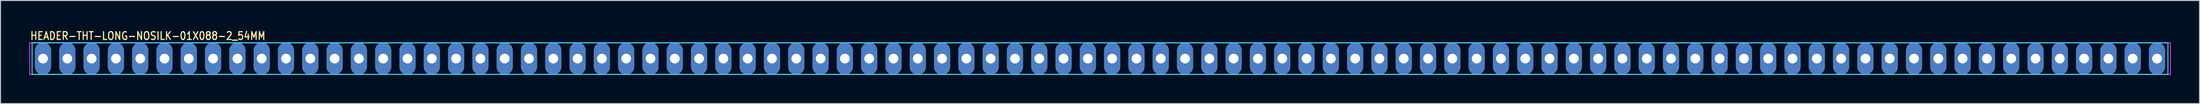
<source format=kicad_pcb>
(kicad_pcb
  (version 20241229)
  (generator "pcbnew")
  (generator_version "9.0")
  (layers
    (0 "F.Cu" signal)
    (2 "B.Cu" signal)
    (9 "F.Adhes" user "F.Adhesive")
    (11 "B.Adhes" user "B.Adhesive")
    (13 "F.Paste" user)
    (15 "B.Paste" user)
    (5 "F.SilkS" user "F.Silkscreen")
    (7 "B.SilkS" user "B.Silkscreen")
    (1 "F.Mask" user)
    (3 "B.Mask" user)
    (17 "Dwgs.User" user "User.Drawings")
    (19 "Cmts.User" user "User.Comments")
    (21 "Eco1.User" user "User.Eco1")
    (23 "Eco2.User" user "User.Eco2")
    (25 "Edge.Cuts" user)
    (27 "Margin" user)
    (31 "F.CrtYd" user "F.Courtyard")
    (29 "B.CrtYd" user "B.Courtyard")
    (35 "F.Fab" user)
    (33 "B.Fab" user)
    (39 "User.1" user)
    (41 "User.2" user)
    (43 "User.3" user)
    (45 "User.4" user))
  (footprint "HEADER-THT-LONG-NOSILK-01X088-2_54MM"
    (layer "F.Cu")
    (at 1.447 3.079)
    (property "Reference" "HEADER-THT-LONG-NOSILK-01X088-2_54MM" (at -1.4 -1.9 0) (unlocked yes) (layer "F.SilkS") (effects (font (size 0.813 0.695) (thickness 0.122)) (justify left bottom)))
    (fp_poly (pts (xy -1.143 -1.651) (xy 222.123 -1.651) (xy 222.123 1.651) (xy -1.143 1.651)) (stroke (width 0.1) (type solid)) (fill no) (layer "B.CrtYd"))
    (fp_poly (pts (xy -1.397 -1.651) (xy 222.377 -1.651) (xy 222.377 1.651) (xy -1.397 1.651)) (stroke (width 0.1) (type solid)) (fill no) (layer "F.CrtYd"))
    (pad "1" thru_hole oval (at 0 0 90) (size 3.387 1.693) (drill 1.016) (layers "*.Cu" "*.Mask"))
    (pad "2" thru_hole oval (at 2.54 0 90) (size 3.387 1.693) (drill 1.016) (layers "*.Cu" "*.Mask"))
    (pad "3" thru_hole oval (at 5.08 0 90) (size 3.387 1.693) (drill 1.016) (layers "*.Cu" "*.Mask"))
    (pad "4" thru_hole oval (at 7.62 0 90) (size 3.387 1.693) (drill 1.016) (layers "*.Cu" "*.Mask"))
    (pad "5" thru_hole oval (at 10.16 0 90) (size 3.387 1.693) (drill 1.016) (layers "*.Cu" "*.Mask"))
    (pad "6" thru_hole oval (at 12.7 0 90) (size 3.387 1.693) (drill 1.016) (layers "*.Cu" "*.Mask"))
    (pad "7" thru_hole oval (at 15.24 0 90) (size 3.387 1.693) (drill 1.016) (layers "*.Cu" "*.Mask"))
    (pad "8" thru_hole oval (at 17.78 0 90) (size 3.387 1.693) (drill 1.016) (layers "*.Cu" "*.Mask"))
    (pad "9" thru_hole oval (at 20.32 0 90) (size 3.387 1.693) (drill 1.016) (layers "*.Cu" "*.Mask"))
    (pad "10" thru_hole oval (at 22.86 0 90) (size 3.387 1.693) (drill 1.016) (layers "*.Cu" "*.Mask"))
    (pad "11" thru_hole oval (at 25.4 0 90) (size 3.387 1.693) (drill 1.016) (layers "*.Cu" "*.Mask"))
    (pad "12" thru_hole oval (at 27.94 0 90) (size 3.387 1.693) (drill 1.016) (layers "*.Cu" "*.Mask"))
    (pad "13" thru_hole oval (at 30.48 0 90) (size 3.387 1.693) (drill 1.016) (layers "*.Cu" "*.Mask"))
    (pad "14" thru_hole oval (at 33.02 0 90) (size 3.387 1.693) (drill 1.016) (layers "*.Cu" "*.Mask"))
    (pad "15" thru_hole oval (at 35.56 0 90) (size 3.387 1.693) (drill 1.016) (layers "*.Cu" "*.Mask"))
    (pad "16" thru_hole oval (at 38.1 0 90) (size 3.387 1.693) (drill 1.016) (layers "*.Cu" "*.Mask"))
    (pad "17" thru_hole oval (at 40.64 0 90) (size 3.387 1.693) (drill 1.016) (layers "*.Cu" "*.Mask"))
    (pad "18" thru_hole oval (at 43.18 0 90) (size 3.387 1.693) (drill 1.016) (layers "*.Cu" "*.Mask"))
    (pad "19" thru_hole oval (at 45.72 0 90) (size 3.387 1.693) (drill 1.016) (layers "*.Cu" "*.Mask"))
    (pad "20" thru_hole oval (at 48.26 0 90) (size 3.387 1.693) (drill 1.016) (layers "*.Cu" "*.Mask"))
    (pad "21" thru_hole oval (at 50.8 0 90) (size 3.387 1.693) (drill 1.016) (layers "*.Cu" "*.Mask"))
    (pad "22" thru_hole oval (at 53.34 0 90) (size 3.387 1.693) (drill 1.016) (layers "*.Cu" "*.Mask"))
    (pad "23" thru_hole oval (at 55.88 0 90) (size 3.387 1.693) (drill 1.016) (layers "*.Cu" "*.Mask"))
    (pad "24" thru_hole oval (at 58.42 0 90) (size 3.387 1.693) (drill 1.016) (layers "*.Cu" "*.Mask"))
    (pad "25" thru_hole oval (at 60.96 0 90) (size 3.387 1.693) (drill 1.016) (layers "*.Cu" "*.Mask"))
    (pad "26" thru_hole oval (at 63.5 0 90) (size 3.387 1.693) (drill 1.016) (layers "*.Cu" "*.Mask"))
    (pad "27" thru_hole oval (at 66.04 0 90) (size 3.387 1.693) (drill 1.016) (layers "*.Cu" "*.Mask"))
    (pad "28" thru_hole oval (at 68.58 0 90) (size 3.387 1.693) (drill 1.016) (layers "*.Cu" "*.Mask"))
    (pad "29" thru_hole oval (at 71.12 0 90) (size 3.387 1.693) (drill 1.016) (layers "*.Cu" "*.Mask"))
    (pad "30" thru_hole oval (at 73.66 0 90) (size 3.387 1.693) (drill 1.016) (layers "*.Cu" "*.Mask"))
    (pad "31" thru_hole oval (at 76.2 0 90) (size 3.387 1.693) (drill 1.016) (layers "*.Cu" "*.Mask"))
    (pad "32" thru_hole oval (at 78.74 0 90) (size 3.387 1.693) (drill 1.016) (layers "*.Cu" "*.Mask"))
    (pad "33" thru_hole oval (at 81.28 0 90) (size 3.387 1.693) (drill 1.016) (layers "*.Cu" "*.Mask"))
    (pad "34" thru_hole oval (at 83.82 0 90) (size 3.387 1.693) (drill 1.016) (layers "*.Cu" "*.Mask"))
    (pad "35" thru_hole oval (at 86.36 0 90) (size 3.387 1.693) (drill 1.016) (layers "*.Cu" "*.Mask"))
    (pad "36" thru_hole oval (at 88.9 0 90) (size 3.387 1.693) (drill 1.016) (layers "*.Cu" "*.Mask"))
    (pad "37" thru_hole oval (at 91.44 0 90) (size 3.387 1.693) (drill 1.016) (layers "*.Cu" "*.Mask"))
    (pad "38" thru_hole oval (at 93.98 0 90) (size 3.387 1.693) (drill 1.016) (layers "*.Cu" "*.Mask"))
    (pad "39" thru_hole oval (at 96.52 0 90) (size 3.387 1.693) (drill 1.016) (layers "*.Cu" "*.Mask"))
    (pad "40" thru_hole oval (at 99.06 0 90) (size 3.387 1.693) (drill 1.016) (layers "*.Cu" "*.Mask"))
    (pad "41" thru_hole oval (at 101.6 0 90) (size 3.387 1.693) (drill 1.016) (layers "*.Cu" "*.Mask"))
    (pad "42" thru_hole oval (at 104.14 0 90) (size 3.387 1.693) (drill 1.016) (layers "*.Cu" "*.Mask"))
    (pad "43" thru_hole oval (at 106.68 0 90) (size 3.387 1.693) (drill 1.016) (layers "*.Cu" "*.Mask"))
    (pad "44" thru_hole oval (at 109.22 0 90) (size 3.387 1.693) (drill 1.016) (layers "*.Cu" "*.Mask"))
    (pad "45" thru_hole oval (at 111.76 0 90) (size 3.387 1.693) (drill 1.016) (layers "*.Cu" "*.Mask"))
    (pad "46" thru_hole oval (at 114.3 0 90) (size 3.387 1.693) (drill 1.016) (layers "*.Cu" "*.Mask"))
    (pad "47" thru_hole oval (at 116.84 0 90) (size 3.387 1.693) (drill 1.016) (layers "*.Cu" "*.Mask"))
    (pad "48" thru_hole oval (at 119.38 0 90) (size 3.387 1.693) (drill 1.016) (layers "*.Cu" "*.Mask"))
    (pad "49" thru_hole oval (at 121.92 0 90) (size 3.387 1.693) (drill 1.016) (layers "*.Cu" "*.Mask"))
    (pad "50" thru_hole oval (at 124.46 0 90) (size 3.387 1.693) (drill 1.016) (layers "*.Cu" "*.Mask"))
    (pad "51" thru_hole oval (at 127 0 90) (size 3.387 1.693) (drill 1.016) (layers "*.Cu" "*.Mask"))
    (pad "52" thru_hole oval (at 129.54 0 90) (size 3.387 1.693) (drill 1.016) (layers "*.Cu" "*.Mask"))
    (pad "53" thru_hole oval (at 132.08 0 90) (size 3.387 1.693) (drill 1.016) (layers "*.Cu" "*.Mask"))
    (pad "54" thru_hole oval (at 134.62 0 90) (size 3.387 1.693) (drill 1.016) (layers "*.Cu" "*.Mask"))
    (pad "55" thru_hole oval (at 137.16 0 90) (size 3.387 1.693) (drill 1.016) (layers "*.Cu" "*.Mask"))
    (pad "56" thru_hole oval (at 139.7 0 90) (size 3.387 1.693) (drill 1.016) (layers "*.Cu" "*.Mask"))
    (pad "57" thru_hole oval (at 142.24 0 90) (size 3.387 1.693) (drill 1.016) (layers "*.Cu" "*.Mask"))
    (pad "58" thru_hole oval (at 144.78 0 90) (size 3.387 1.693) (drill 1.016) (layers "*.Cu" "*.Mask"))
    (pad "59" thru_hole oval (at 147.32 0 90) (size 3.387 1.693) (drill 1.016) (layers "*.Cu" "*.Mask"))
    (pad "60" thru_hole oval (at 149.86 0 90) (size 3.387 1.693) (drill 1.016) (layers "*.Cu" "*.Mask"))
    (pad "61" thru_hole oval (at 152.4 0 90) (size 3.387 1.693) (drill 1.016) (layers "*.Cu" "*.Mask"))
    (pad "62" thru_hole oval (at 154.94 0 90) (size 3.387 1.693) (drill 1.016) (layers "*.Cu" "*.Mask"))
    (pad "63" thru_hole oval (at 157.48 0 90) (size 3.387 1.693) (drill 1.016) (layers "*.Cu" "*.Mask"))
    (pad "64" thru_hole oval (at 160.02 0 90) (size 3.387 1.693) (drill 1.016) (layers "*.Cu" "*.Mask"))
    (pad "65" thru_hole oval (at 162.56 0 90) (size 3.387 1.693) (drill 1.016) (layers "*.Cu" "*.Mask"))
    (pad "66" thru_hole oval (at 165.1 0 90) (size 3.387 1.693) (drill 1.016) (layers "*.Cu" "*.Mask"))
    (pad "67" thru_hole oval (at 167.64 0 90) (size 3.387 1.693) (drill 1.016) (layers "*.Cu" "*.Mask"))
    (pad "68" thru_hole oval (at 170.18 0 90) (size 3.387 1.693) (drill 1.016) (layers "*.Cu" "*.Mask"))
    (pad "69" thru_hole oval (at 172.72 0 90) (size 3.387 1.693) (drill 1.016) (layers "*.Cu" "*.Mask"))
    (pad "70" thru_hole oval (at 175.26 0 90) (size 3.387 1.693) (drill 1.016) (layers "*.Cu" "*.Mask"))
    (pad "71" thru_hole oval (at 177.8 0 90) (size 3.387 1.693) (drill 1.016) (layers "*.Cu" "*.Mask"))
    (pad "72" thru_hole oval (at 180.34 0 90) (size 3.387 1.693) (drill 1.016) (layers "*.Cu" "*.Mask"))
    (pad "73" thru_hole oval (at 182.88 0 90) (size 3.387 1.693) (drill 1.016) (layers "*.Cu" "*.Mask"))
    (pad "74" thru_hole oval (at 185.42 0 90) (size 3.387 1.693) (drill 1.016) (layers "*.Cu" "*.Mask"))
    (pad "75" thru_hole oval (at 187.96 0 90) (size 3.387 1.693) (drill 1.016) (layers "*.Cu" "*.Mask"))
    (pad "76" thru_hole oval (at 190.5 0 90) (size 3.387 1.693) (drill 1.016) (layers "*.Cu" "*.Mask"))
    (pad "77" thru_hole oval (at 193.04 0 90) (size 3.387 1.693) (drill 1.016) (layers "*.Cu" "*.Mask"))
    (pad "78" thru_hole oval (at 195.58 0 90) (size 3.387 1.693) (drill 1.016) (layers "*.Cu" "*.Mask"))
    (pad "79" thru_hole oval (at 198.12 0 90) (size 3.387 1.693) (drill 1.016) (layers "*.Cu" "*.Mask"))
    (pad "80" thru_hole oval (at 200.66 0 90) (size 3.387 1.693) (drill 1.016) (layers "*.Cu" "*.Mask"))
    (pad "81" thru_hole oval (at 203.2 0 90) (size 3.387 1.693) (drill 1.016) (layers "*.Cu" "*.Mask"))
    (pad "82" thru_hole oval (at 205.74 0 90) (size 3.387 1.693) (drill 1.016) (layers "*.Cu" "*.Mask"))
    (pad "83" thru_hole oval (at 208.28 0 90) (size 3.387 1.693) (drill 1.016) (layers "*.Cu" "*.Mask"))
    (pad "84" thru_hole oval (at 210.82 0 90) (size 3.387 1.693) (drill 1.016) (layers "*.Cu" "*.Mask"))
    (pad "85" thru_hole oval (at 213.36 0 90) (size 3.387 1.693) (drill 1.016) (layers "*.Cu" "*.Mask"))
    (pad "86" thru_hole oval (at 215.9 0 90) (size 3.387 1.693) (drill 1.016) (layers "*.Cu" "*.Mask"))
    (pad "87" thru_hole oval (at 218.44 0 90) (size 3.387 1.693) (drill 1.016) (layers "*.Cu" "*.Mask"))
    (pad "88" thru_hole oval (at 220.98 0 90) (size 3.387 1.693) (drill 1.016) (layers "*.Cu" "*.Mask")))
  (gr_rect
    (start -3 -3)
    (end 226.874 7.78)
    (stroke (width 0.1) (type default))
    (fill no)
    (layer "Edge.Cuts")))
</source>
